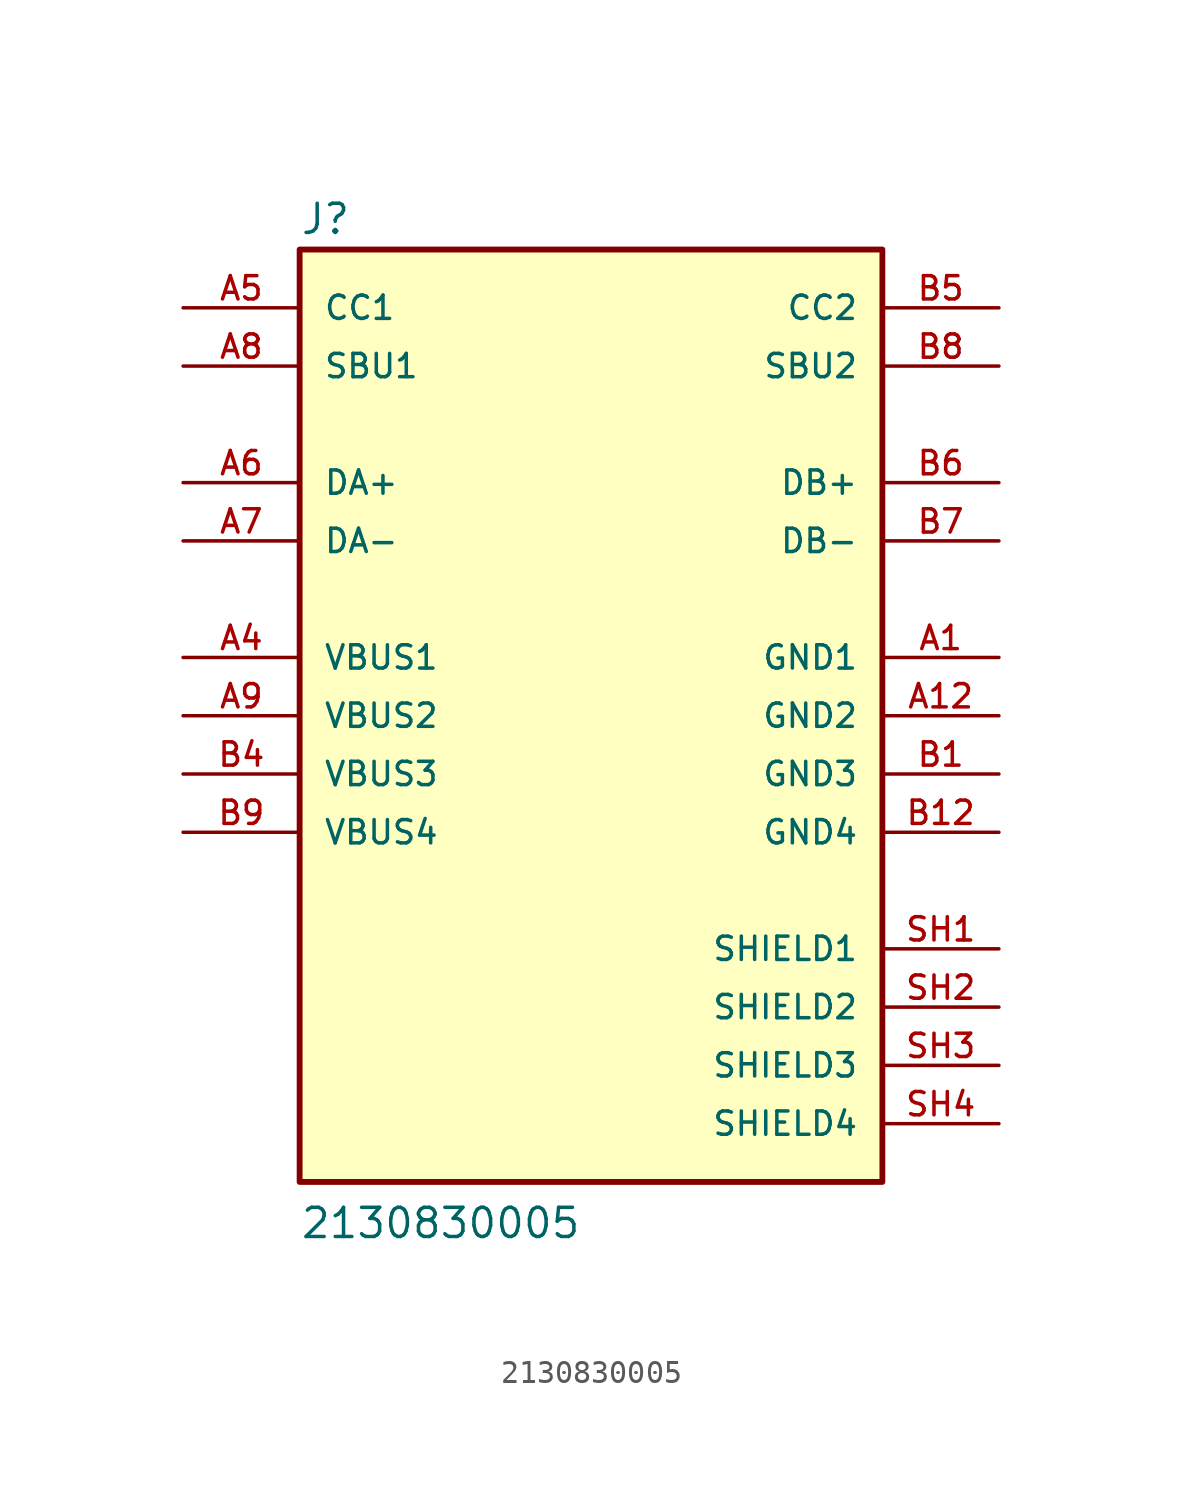
<source format=kicad_sym>
(kicad_symbol_lib
  (version 20231120)
  (generator "kicad_symbol_editor")
  (generator_version "8.0")
  (symbol "2130830005"
    (pin_names
      (offset 1.016))
    (property "Reference" "J"
      (at -12.7 20.904 0)
      (effects (font (size 1.27 1.27)) (justify left bottom)))
    (property "Value" "2130830005"
      (at -12.7 -22.86 0)
      (effects (font (size 1.27 1.27)) (justify left bottom)))
    (symbol "2130830005_0_0"
      (rectangle (start -12.7 -20.32) (end 12.7 20.32) (stroke (width 0.254) (type default)) (fill (type background)))
      (pin power_out line (at 17.78 2.54 180) (length 5.08) (name "GND1" (effects (font (size 1.016 1.016)))) (number "A1" (effects (font (size 1.016 1.016)))))
      (pin power_in line (at 17.78 0 180) (length 5.08) (name "GND2" (effects (font (size 1.016 1.016)))) (number "A12" (effects (font (size 1.016 1.016)))))
      (pin power_out line (at -17.78 2.54 0) (length 5.08) (name "VBUS1" (effects (font (size 1.016 1.016)))) (number "A4" (effects (font (size 1.016 1.016)))))
      (pin bidirectional line (at -17.78 17.78 0) (length 5.08) (name "CC1" (effects (font (size 1.016 1.016)))) (number "A5" (effects (font (size 1.016 1.016)))))
      (pin bidirectional line (at -17.78 10.16 0) (length 5.08) (name "DA+" (effects (font (size 1.016 1.016)))) (number "A6" (effects (font (size 1.016 1.016)))))
      (pin bidirectional line (at -17.78 7.62 0) (length 5.08) (name "DA-" (effects (font (size 1.016 1.016)))) (number "A7" (effects (font (size 1.016 1.016)))))
      (pin bidirectional line (at -17.78 15.24 0) (length 5.08) (name "SBU1" (effects (font (size 1.016 1.016)))) (number "A8" (effects (font (size 1.016 1.016)))))
      (pin power_in line (at -17.78 0 0) (length 5.08) (name "VBUS2" (effects (font (size 1.016 1.016)))) (number "A9" (effects (font (size 1.016 1.016)))))
      (pin power_in line (at 17.78 -2.54 180) (length 5.08) (name "GND3" (effects (font (size 1.016 1.016)))) (number "B1" (effects (font (size 1.016 1.016)))))
      (pin power_in line (at 17.78 -5.08 180) (length 5.08) (name "GND4" (effects (font (size 1.016 1.016)))) (number "B12" (effects (font (size 1.016 1.016)))))
      (pin power_in line (at -17.78 -2.54 0) (length 5.08) (name "VBUS3" (effects (font (size 1.016 1.016)))) (number "B4" (effects (font (size 1.016 1.016)))))
      (pin bidirectional line (at 17.78 17.78 180) (length 5.08) (name "CC2" (effects (font (size 1.016 1.016)))) (number "B5" (effects (font (size 1.016 1.016)))))
      (pin bidirectional line (at 17.78 10.16 180) (length 5.08) (name "DB+" (effects (font (size 1.016 1.016)))) (number "B6" (effects (font (size 1.016 1.016)))))
      (pin bidirectional line (at 17.78 7.62 180) (length 5.08) (name "DB-" (effects (font (size 1.016 1.016)))) (number "B7" (effects (font (size 1.016 1.016)))))
      (pin bidirectional line (at 17.78 15.24 180) (length 5.08) (name "SBU2" (effects (font (size 1.016 1.016)))) (number "B8" (effects (font (size 1.016 1.016)))))
      (pin power_in line (at -17.78 -5.08 0) (length 5.08) (name "VBUS4" (effects (font (size 1.016 1.016)))) (number "B9" (effects (font (size 1.016 1.016)))))
      (pin passive line (at 17.78 -10.16 180) (length 5.08) (name "SHIELD1" (effects (font (size 1.016 1.016)))) (number "SH1" (effects (font (size 1.016 1.016)))))
      (pin passive line (at 17.78 -12.7 180) (length 5.08) (name "SHIELD2" (effects (font (size 1.016 1.016)))) (number "SH2" (effects (font (size 1.016 1.016)))))
      (pin passive line (at 17.78 -15.24 180) (length 5.08) (name "SHIELD3" (effects (font (size 1.016 1.016)))) (number "SH3" (effects (font (size 1.016 1.016)))))
      (pin passive line (at 17.78 -17.78 180) (length 5.08) (name "SHIELD4" (effects (font (size 1.016 1.016)))) (number "SH4" (effects (font (size 1.016 1.016))))))))
</source>
